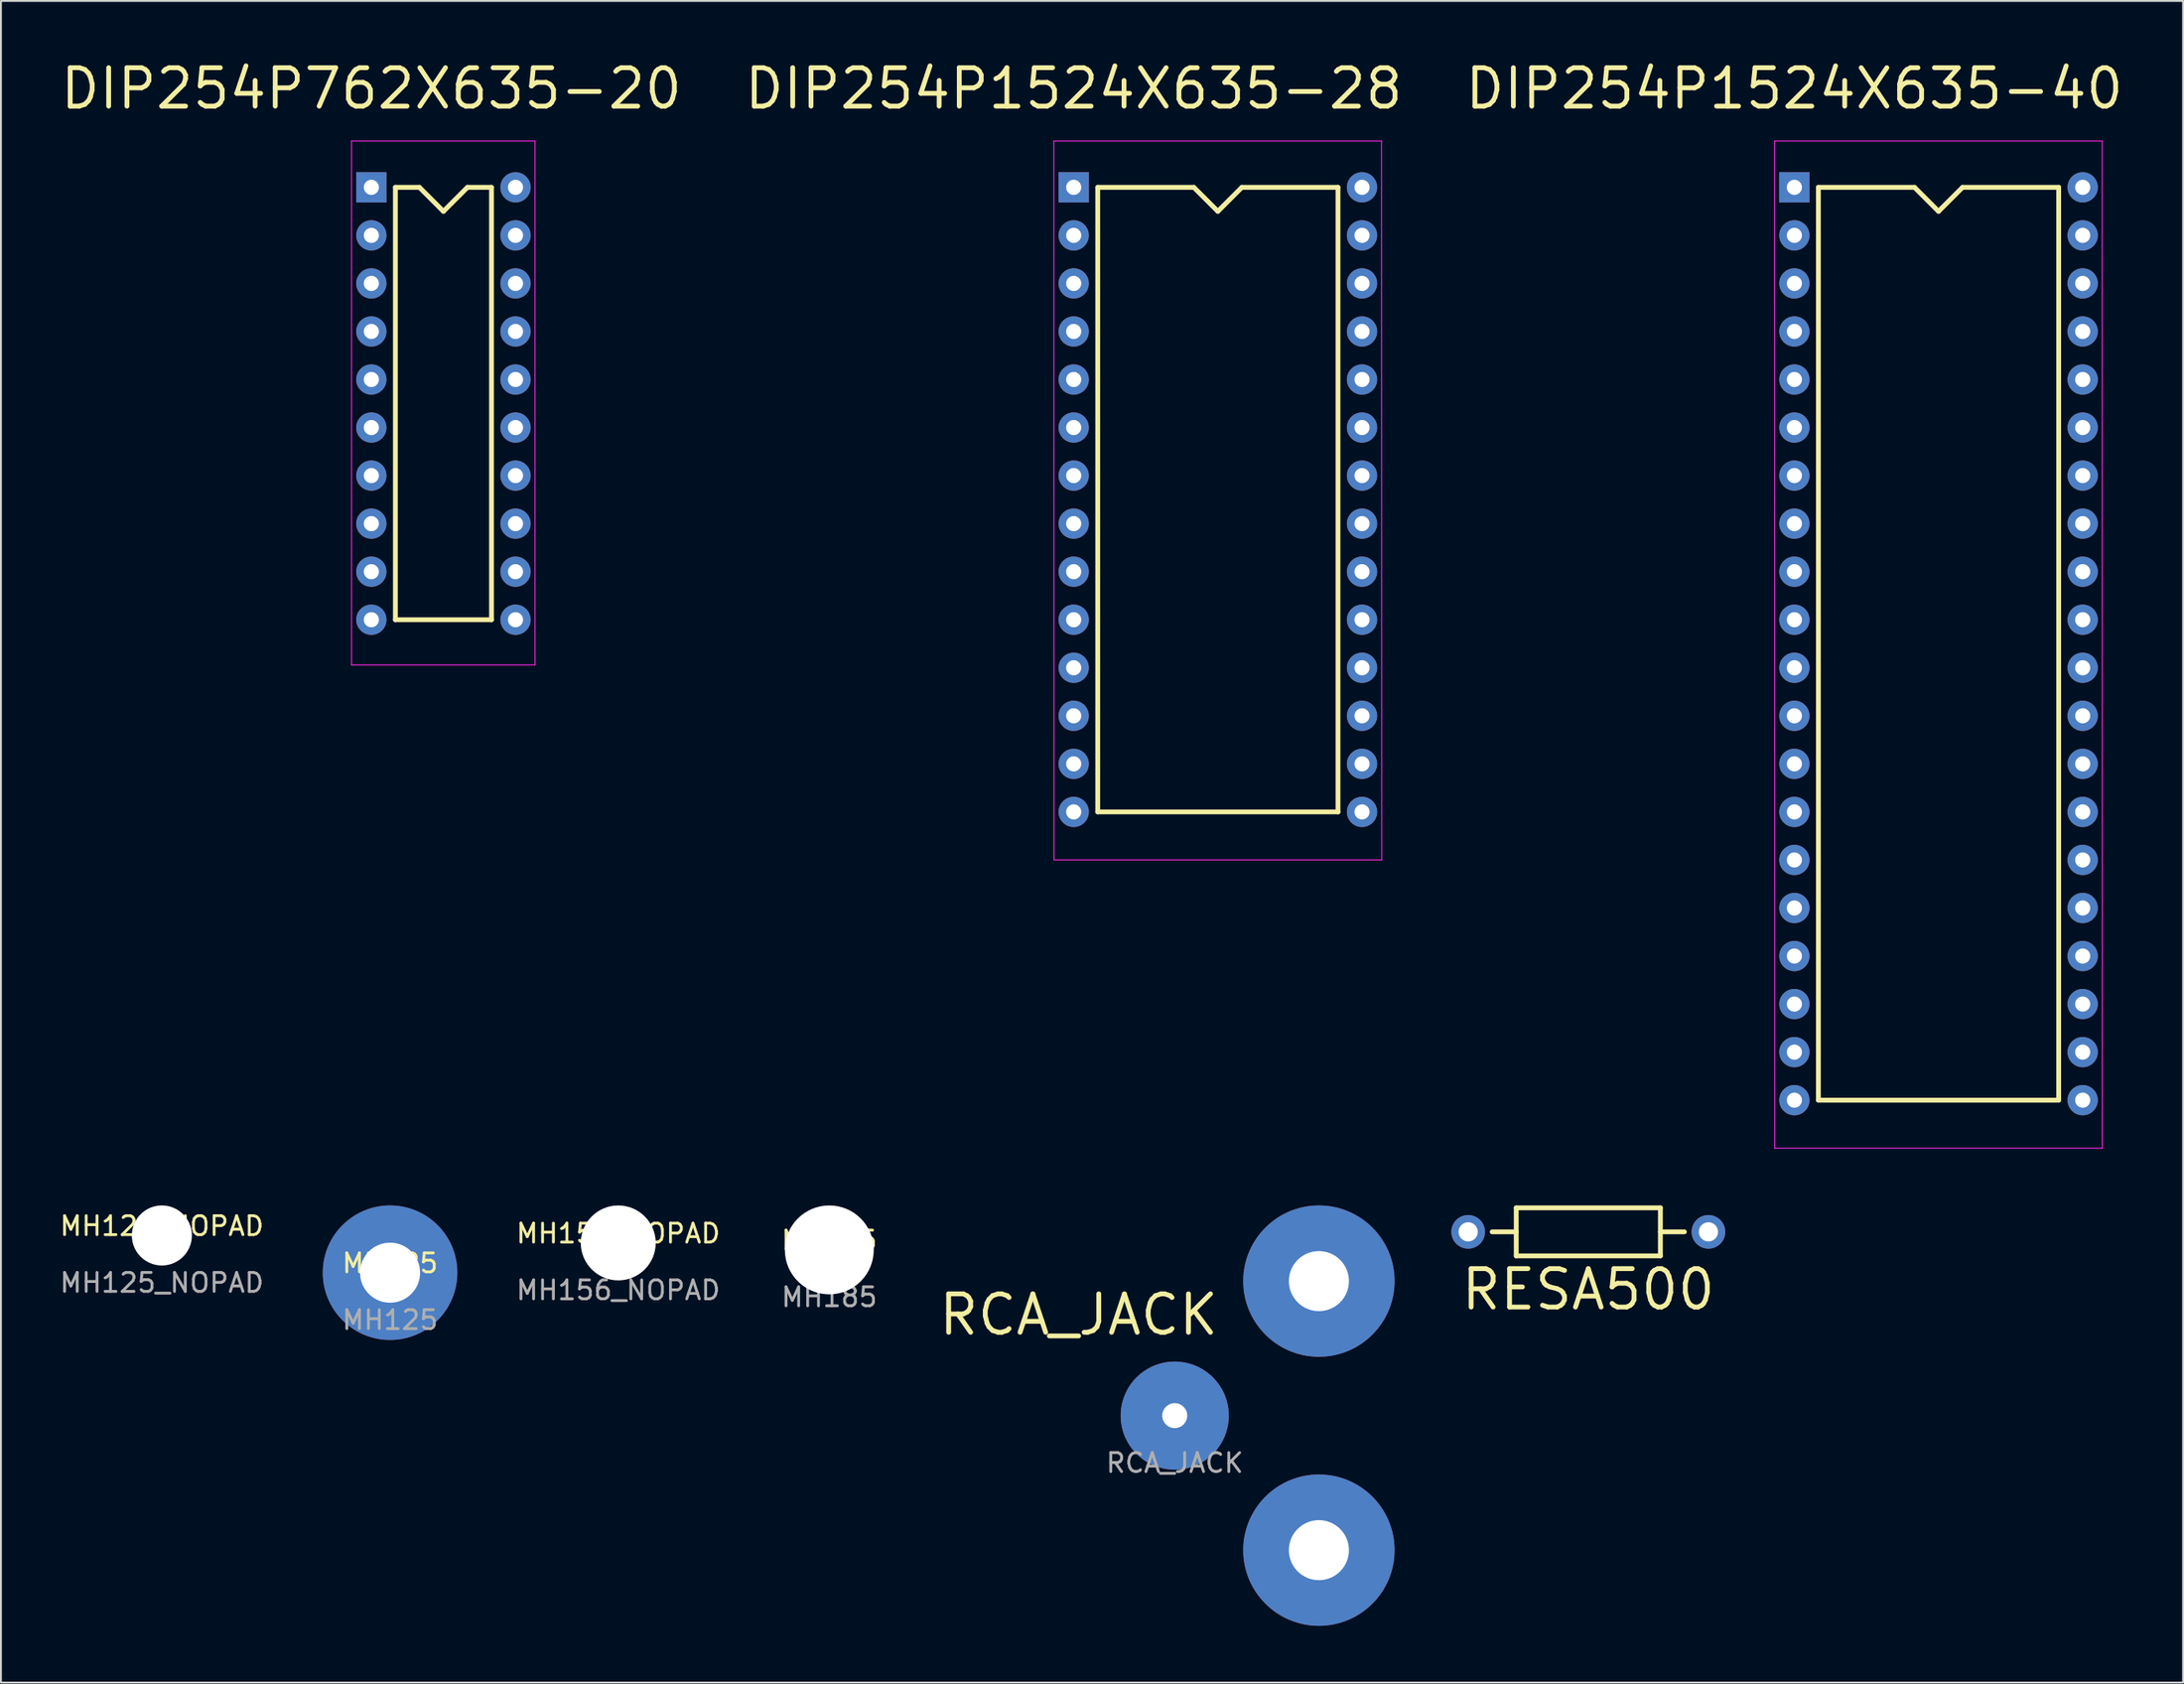
<source format=kicad_pcb>
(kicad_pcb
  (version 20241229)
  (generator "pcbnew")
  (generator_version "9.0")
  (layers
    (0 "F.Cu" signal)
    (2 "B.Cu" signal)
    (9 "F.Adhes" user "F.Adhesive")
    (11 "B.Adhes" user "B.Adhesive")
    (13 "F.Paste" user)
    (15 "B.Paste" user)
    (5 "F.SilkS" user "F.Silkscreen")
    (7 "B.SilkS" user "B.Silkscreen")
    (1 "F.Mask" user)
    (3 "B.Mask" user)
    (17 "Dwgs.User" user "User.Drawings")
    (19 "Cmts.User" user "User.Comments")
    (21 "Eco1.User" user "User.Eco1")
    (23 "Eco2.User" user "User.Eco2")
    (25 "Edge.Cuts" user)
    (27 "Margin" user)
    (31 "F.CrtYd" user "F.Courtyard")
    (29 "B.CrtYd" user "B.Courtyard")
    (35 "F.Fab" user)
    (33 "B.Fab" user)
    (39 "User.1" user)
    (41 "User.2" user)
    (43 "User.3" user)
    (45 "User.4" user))
  (footprint "RCA_JACK"
    (layer "F.Cu")
    (at 59.045 71.792)
    (property "Reference" "RCA_JACK" (at -5.08 -5.334 0) (unlocked yes) (layer "F.SilkS") (effects (font (size 2.032 2.032) (thickness 0.254))))
    (attr through_hole)
    (fp_text user "${REFERENCE}" (at 0 2.5 0) (unlocked yes) (layer "F.Fab") (effects (font (size 1 1) (thickness 0.15))))
    (pad "1" thru_hole circle (at 0 0) (size 5.715 5.715) (drill 1.321) (layers "*.Cu" "*.Mask"))
    (pad "2" thru_hole circle (at 7.62 -7.112) (size 8.001 8.001) (drill 3.175) (layers "*.Cu" "*.Mask"))
    (pad "2" thru_hole circle (at 7.62 7.112) (size 8.001 8.001) (drill 3.175) (layers "*.Cu" "*.Mask")))
  (footprint "DIP254P762X635-20"
    (layer "F.Cu")
    (at 16.579 6.854)
    (property "Reference" "DIP254P762X635-20" (at 0 -5.22 0) (unlocked yes) (layer "F.SilkS") (effects (font (size 2.032 2.032) (thickness 0.254))))
    (attr through_hole)
    (fp_line (start 1.27 0) (end 1.27 22.86) (stroke (width 0.254) (type solid)) (layer "F.SilkS"))
    (fp_line (start 1.27 0) (end 2.54 0) (stroke (width 0.254) (type default)) (layer "F.SilkS"))
    (fp_line (start 1.27 22.86) (end 6.35 22.86) (stroke (width 0.254) (type default)) (layer "F.SilkS"))
    (fp_line (start 2.54 0) (end 3.81 1.27) (stroke (width 0.254) (type default)) (layer "F.SilkS"))
    (fp_line (start 3.81 1.27) (end 5.08 0) (stroke (width 0.254) (type default)) (layer "F.SilkS"))
    (fp_line (start 5.08 0) (end 6.35 0) (stroke (width 0.254) (type default)) (layer "F.SilkS"))
    (fp_line (start 6.35 0) (end 6.35 22.86) (stroke (width 0.254) (type default)) (layer "F.SilkS"))
    (fp_line (start -1.05 -2.45) (end -1.05 25.25) (stroke (width 0.05) (type solid)) (layer "F.CrtYd"))
    (fp_line (start -1.05 -2.45) (end 8.65 -2.45) (stroke (width 0.05) (type solid)) (layer "F.CrtYd"))
    (fp_line (start -1.05 25.25) (end 8.65 25.25) (stroke (width 0.05) (type solid)) (layer "F.CrtYd"))
    (fp_line (start 8.65 -2.45) (end 8.65 25.25) (stroke (width 0.05) (type solid)) (layer "F.CrtYd"))
    (pad "1" thru_hole rect (at 0 0) (size 1.6 1.6) (drill 0.8) (layers "*.Cu" "*.Mask"))
    (pad "2" thru_hole oval (at 0 2.54) (size 1.6 1.6) (drill 0.8) (layers "*.Cu" "*.Mask"))
    (pad "3" thru_hole oval (at 0 5.08) (size 1.6 1.6) (drill 0.8) (layers "*.Cu" "*.Mask"))
    (pad "4" thru_hole oval (at 0 7.62) (size 1.6 1.6) (drill 0.8) (layers "*.Cu" "*.Mask"))
    (pad "5" thru_hole oval (at 0 10.16) (size 1.6 1.6) (drill 0.8) (layers "*.Cu" "*.Mask"))
    (pad "6" thru_hole oval (at 0 12.7) (size 1.6 1.6) (drill 0.8) (layers "*.Cu" "*.Mask"))
    (pad "7" thru_hole oval (at 0 15.24) (size 1.6 1.6) (drill 0.8) (layers "*.Cu" "*.Mask"))
    (pad "8" thru_hole oval (at 0 17.78) (size 1.6 1.6) (drill 0.8) (layers "*.Cu" "*.Mask"))
    (pad "9" thru_hole oval (at 0 20.32) (size 1.6 1.6) (drill 0.8) (layers "*.Cu" "*.Mask"))
    (pad "10" thru_hole oval (at 0 22.86) (size 1.6 1.6) (drill 0.8) (layers "*.Cu" "*.Mask"))
    (pad "11" thru_hole oval (at 7.62 22.86) (size 1.6 1.6) (drill 0.8) (layers "*.Cu" "*.Mask"))
    (pad "12" thru_hole oval (at 7.62 20.32) (size 1.6 1.6) (drill 0.8) (layers "*.Cu" "*.Mask"))
    (pad "13" thru_hole oval (at 7.62 17.78) (size 1.6 1.6) (drill 0.8) (layers "*.Cu" "*.Mask"))
    (pad "14" thru_hole oval (at 7.62 15.24) (size 1.6 1.6) (drill 0.8) (layers "*.Cu" "*.Mask"))
    (pad "15" thru_hole oval (at 7.62 12.7) (size 1.6 1.6) (drill 0.8) (layers "*.Cu" "*.Mask"))
    (pad "16" thru_hole oval (at 7.62 10.16) (size 1.6 1.6) (drill 0.8) (layers "*.Cu" "*.Mask"))
    (pad "17" thru_hole oval (at 7.62 7.62) (size 1.6 1.6) (drill 0.8) (layers "*.Cu" "*.Mask"))
    (pad "18" thru_hole oval (at 7.62 5.08) (size 1.6 1.6) (drill 0.8) (layers "*.Cu" "*.Mask"))
    (pad "19" thru_hole oval (at 7.62 2.54) (size 1.6 1.6) (drill 0.8) (layers "*.Cu" "*.Mask"))
    (pad "20" thru_hole oval (at 7.62 0) (size 1.6 1.6) (drill 0.8) (layers "*.Cu" "*.Mask")))
  (footprint "MH125_NOPAD"
    (layer "F.Cu")
    (at 5.506 62.267)
    (property "Reference" "MH125_NOPAD" (at 0 -0.5 0) (unlocked yes) (layer "F.SilkS") (effects (font (size 1 1) (thickness 0.15))))
    (attr through_hole)
    (fp_text user "${REFERENCE}" (at 0 2.5 0) (unlocked yes) (layer "F.Fab") (effects (font (size 1 1) (thickness 0.15))))
    (pad "" np_thru_hole circle (at 0 0) (size 3.175 3.175) (drill 3.175) (layers "*.Cu" "*.Mask")))
  (footprint "MH156_NOPAD"
    (layer "F.Cu")
    (at 29.63 62.661)
    (property "Reference" "MH156_NOPAD" (at 0 -0.5 0) (unlocked yes) (layer "F.SilkS") (effects (font (size 1 1) (thickness 0.15))))
    (attr through_hole)
    (fp_text user "${REFERENCE}" (at 0 2.5 0) (unlocked yes) (layer "F.Fab") (effects (font (size 1 1) (thickness 0.15))))
    (pad "" np_thru_hole circle (at 0 0) (size 3.962 3.962) (drill 3.962) (layers "*.Cu" "*.Mask")))
  (footprint "MH185"
    (layer "F.Cu")
    (at 40.785 63.029)
    (property "Reference" "MH185" (at 0 -0.5 0) (unlocked yes) (layer "F.SilkS") (effects (font (size 1 1) (thickness 0.15))))
    (attr through_hole)
    (fp_text user "${REFERENCE}" (at 0 2.5 0) (unlocked yes) (layer "F.Fab") (effects (font (size 1 1) (thickness 0.15))))
    (pad "" np_thru_hole circle (at 0 0) (size 4.699 4.699) (drill 4.699) (layers "*.Cu" "*.Mask")))
  (footprint "MH125"
    (layer "F.Cu")
    (at 17.568 64.235)
    (property "Reference" "MH125" (at 0 -0.5 0) (unlocked yes) (layer "F.SilkS") (effects (font (size 1 1) (thickness 0.15))))
    (attr through_hole)
    (fp_text user "${REFERENCE}" (at 0 2.5 0) (unlocked yes) (layer "F.Fab") (effects (font (size 1 1) (thickness 0.15))))
    (pad "1" thru_hole circle (at 0 0) (size 7.112 7.112) (drill 3.175) (layers "*.Cu" "*.Mask")))
  (footprint "DIP254P1524X635-28"
    (layer "F.Cu")
    (at 53.704 6.854)
    (property "Reference" "DIP254P1524X635-28" (at 0 -5.22 0) (unlocked yes) (layer "F.SilkS") (effects (font (size 2.032 2.032) (thickness 0.254))))
    (attr through_hole)
    (fp_line (start 1.27 0) (end 1.27 33.02) (stroke (width 0.254) (type solid)) (layer "F.SilkS"))
    (fp_line (start 1.27 0) (end 6.35 0) (stroke (width 0.254) (type default)) (layer "F.SilkS"))
    (fp_line (start 1.27 33.02) (end 13.97 33.02) (stroke (width 0.254) (type default)) (layer "F.SilkS"))
    (fp_line (start 6.35 0) (end 7.62 1.27) (stroke (width 0.254) (type default)) (layer "F.SilkS"))
    (fp_line (start 7.62 1.27) (end 8.89 0) (stroke (width 0.254) (type default)) (layer "F.SilkS"))
    (fp_line (start 8.89 0) (end 13.97 0) (stroke (width 0.254) (type default)) (layer "F.SilkS"))
    (fp_line (start 13.97 0) (end 13.97 33.02) (stroke (width 0.254) (type default)) (layer "F.SilkS"))
    (fp_line (start -1.05 -2.45) (end -1.04 35.56) (stroke (width 0.05) (type solid)) (layer "F.CrtYd"))
    (fp_line (start -1.05 -2.45) (end 16.27 -2.45) (stroke (width 0.05) (type solid)) (layer "F.CrtYd"))
    (fp_line (start -1.04 35.56) (end 16.28 35.56) (stroke (width 0.05) (type solid)) (layer "F.CrtYd"))
    (fp_line (start 16.27 -2.45) (end 16.28 35.56) (stroke (width 0.05) (type solid)) (layer "F.CrtYd"))
    (pad "1" thru_hole rect (at 0 0) (size 1.6 1.6) (drill 0.8) (layers "*.Cu" "*.Mask"))
    (pad "2" thru_hole oval (at 0 2.54) (size 1.6 1.6) (drill 0.8) (layers "*.Cu" "*.Mask"))
    (pad "3" thru_hole oval (at 0 5.08) (size 1.6 1.6) (drill 0.8) (layers "*.Cu" "*.Mask"))
    (pad "4" thru_hole oval (at 0 7.62) (size 1.6 1.6) (drill 0.8) (layers "*.Cu" "*.Mask"))
    (pad "5" thru_hole oval (at 0 10.16) (size 1.6 1.6) (drill 0.8) (layers "*.Cu" "*.Mask"))
    (pad "6" thru_hole oval (at 0 12.7) (size 1.6 1.6) (drill 0.8) (layers "*.Cu" "*.Mask"))
    (pad "7" thru_hole oval (at 0 15.24) (size 1.6 1.6) (drill 0.8) (layers "*.Cu" "*.Mask"))
    (pad "8" thru_hole oval (at 0 17.78) (size 1.6 1.6) (drill 0.8) (layers "*.Cu" "*.Mask"))
    (pad "9" thru_hole oval (at 0 20.32) (size 1.6 1.6) (drill 0.8) (layers "*.Cu" "*.Mask"))
    (pad "10" thru_hole oval (at 0 22.86) (size 1.6 1.6) (drill 0.8) (layers "*.Cu" "*.Mask"))
    (pad "11" thru_hole oval (at 0 25.4) (size 1.6 1.6) (drill 0.8) (layers "*.Cu" "*.Mask"))
    (pad "12" thru_hole oval (at 0 27.94) (size 1.6 1.6) (drill 0.8) (layers "*.Cu" "*.Mask"))
    (pad "13" thru_hole oval (at 0 30.48) (size 1.6 1.6) (drill 0.8) (layers "*.Cu" "*.Mask"))
    (pad "14" thru_hole oval (at 0 33.02) (size 1.6 1.6) (drill 0.8) (layers "*.Cu" "*.Mask"))
    (pad "15" thru_hole oval (at 15.24 33.02 180) (size 1.6 1.6) (drill 0.8) (layers "*.Cu" "*.Mask"))
    (pad "16" thru_hole oval (at 15.24 30.48 180) (size 1.6 1.6) (drill 0.8) (layers "*.Cu" "*.Mask"))
    (pad "17" thru_hole oval (at 15.24 27.94 180) (size 1.6 1.6) (drill 0.8) (layers "*.Cu" "*.Mask"))
    (pad "18" thru_hole oval (at 15.24 25.4 180) (size 1.6 1.6) (drill 0.8) (layers "*.Cu" "*.Mask"))
    (pad "19" thru_hole oval (at 15.24 22.86 180) (size 1.6 1.6) (drill 0.8) (layers "*.Cu" "*.Mask"))
    (pad "20" thru_hole oval (at 15.24 20.32 180) (size 1.6 1.6) (drill 0.8) (layers "*.Cu" "*.Mask"))
    (pad "21" thru_hole oval (at 15.24 17.78) (size 1.6 1.6) (drill 0.8) (layers "*.Cu" "*.Mask"))
    (pad "22" thru_hole oval (at 15.24 15.24) (size 1.6 1.6) (drill 0.8) (layers "*.Cu" "*.Mask"))
    (pad "23" thru_hole oval (at 15.24 12.7) (size 1.6 1.6) (drill 0.8) (layers "*.Cu" "*.Mask"))
    (pad "24" thru_hole oval (at 15.24 10.16) (size 1.6 1.6) (drill 0.8) (layers "*.Cu" "*.Mask"))
    (pad "25" thru_hole oval (at 15.24 7.62) (size 1.6 1.6) (drill 0.8) (layers "*.Cu" "*.Mask"))
    (pad "26" thru_hole oval (at 15.24 5.08) (size 1.6 1.6) (drill 0.8) (layers "*.Cu" "*.Mask"))
    (pad "27" thru_hole oval (at 15.24 2.54) (size 1.6 1.6) (drill 0.8) (layers "*.Cu" "*.Mask"))
    (pad "28" thru_hole oval (at 15.24 0) (size 1.6 1.6) (drill 0.8) (layers "*.Cu" "*.Mask")))
  (footprint "DIP254P1524X635-40"
    (layer "F.Cu")
    (at 91.798 6.854)
    (property "Reference" "DIP254P1524X635-40" (at 0 -5.22 0) (unlocked yes) (layer "F.SilkS") (effects (font (size 2.032 2.032) (thickness 0.254))))
    (attr through_hole)
    (fp_line (start 1.27 0) (end 1.27 48.26) (stroke (width 0.254) (type solid)) (layer "F.SilkS"))
    (fp_line (start 1.27 0) (end 6.35 0) (stroke (width 0.254) (type default)) (layer "F.SilkS"))
    (fp_line (start 1.27 48.26) (end 13.97 48.26) (stroke (width 0.254) (type default)) (layer "F.SilkS"))
    (fp_line (start 6.35 0) (end 7.62 1.27) (stroke (width 0.254) (type default)) (layer "F.SilkS"))
    (fp_line (start 7.62 1.27) (end 8.89 0) (stroke (width 0.254) (type default)) (layer "F.SilkS"))
    (fp_line (start 8.89 0) (end 13.97 0) (stroke (width 0.254) (type default)) (layer "F.SilkS"))
    (fp_line (start 13.97 0) (end 13.97 48.26) (stroke (width 0.254) (type default)) (layer "F.SilkS"))
    (fp_line (start -1.05 -2.45) (end -1.04 50.8) (stroke (width 0.05) (type solid)) (layer "F.CrtYd"))
    (fp_line (start -1.05 -2.45) (end 16.27 -2.45) (stroke (width 0.05) (type solid)) (layer "F.CrtYd"))
    (fp_line (start -1.04 50.8) (end 16.28 50.8) (stroke (width 0.05) (type solid)) (layer "F.CrtYd"))
    (fp_line (start 16.27 -2.45) (end 16.28 50.8) (stroke (width 0.05) (type solid)) (layer "F.CrtYd"))
    (pad "1" thru_hole rect (at 0 0) (size 1.6 1.6) (drill 0.8) (layers "*.Cu" "*.Mask"))
    (pad "2" thru_hole oval (at 0 2.54) (size 1.6 1.6) (drill 0.8) (layers "*.Cu" "*.Mask"))
    (pad "3" thru_hole oval (at 0 5.08) (size 1.6 1.6) (drill 0.8) (layers "*.Cu" "*.Mask"))
    (pad "4" thru_hole oval (at 0 7.62) (size 1.6 1.6) (drill 0.8) (layers "*.Cu" "*.Mask"))
    (pad "5" thru_hole oval (at 0 10.16) (size 1.6 1.6) (drill 0.8) (layers "*.Cu" "*.Mask"))
    (pad "6" thru_hole oval (at 0 12.7) (size 1.6 1.6) (drill 0.8) (layers "*.Cu" "*.Mask"))
    (pad "7" thru_hole oval (at 0 15.24) (size 1.6 1.6) (drill 0.8) (layers "*.Cu" "*.Mask"))
    (pad "8" thru_hole oval (at 0 17.78) (size 1.6 1.6) (drill 0.8) (layers "*.Cu" "*.Mask"))
    (pad "9" thru_hole oval (at 0 20.32) (size 1.6 1.6) (drill 0.8) (layers "*.Cu" "*.Mask"))
    (pad "10" thru_hole oval (at 0 22.86) (size 1.6 1.6) (drill 0.8) (layers "*.Cu" "*.Mask"))
    (pad "11" thru_hole oval (at 0 25.4) (size 1.6 1.6) (drill 0.8) (layers "*.Cu" "*.Mask"))
    (pad "12" thru_hole oval (at 0 27.94) (size 1.6 1.6) (drill 0.8) (layers "*.Cu" "*.Mask"))
    (pad "13" thru_hole oval (at 0 30.48) (size 1.6 1.6) (drill 0.8) (layers "*.Cu" "*.Mask"))
    (pad "14" thru_hole oval (at 0 33.02) (size 1.6 1.6) (drill 0.8) (layers "*.Cu" "*.Mask"))
    (pad "15" thru_hole oval (at 0 35.56) (size 1.6 1.6) (drill 0.8) (layers "*.Cu" "*.Mask"))
    (pad "16" thru_hole oval (at 0 38.1) (size 1.6 1.6) (drill 0.8) (layers "*.Cu" "*.Mask"))
    (pad "17" thru_hole oval (at 0 40.64) (size 1.6 1.6) (drill 0.8) (layers "*.Cu" "*.Mask"))
    (pad "18" thru_hole oval (at 0 43.18) (size 1.6 1.6) (drill 0.8) (layers "*.Cu" "*.Mask"))
    (pad "19" thru_hole oval (at 0 45.72) (size 1.6 1.6) (drill 0.8) (layers "*.Cu" "*.Mask"))
    (pad "20" thru_hole oval (at 0 48.26) (size 1.6 1.6) (drill 0.8) (layers "*.Cu" "*.Mask"))
    (pad "21" thru_hole oval (at 15.24 48.26) (size 1.6 1.6) (drill 0.8) (layers "*.Cu" "*.Mask"))
    (pad "22" thru_hole oval (at 15.24 45.72) (size 1.6 1.6) (drill 0.8) (layers "*.Cu" "*.Mask"))
    (pad "23" thru_hole oval (at 15.24 43.18) (size 1.6 1.6) (drill 0.8) (layers "*.Cu" "*.Mask"))
    (pad "24" thru_hole oval (at 15.24 40.64) (size 1.6 1.6) (drill 0.8) (layers "*.Cu" "*.Mask"))
    (pad "25" thru_hole oval (at 15.24 38.1) (size 1.6 1.6) (drill 0.8) (layers "*.Cu" "*.Mask"))
    (pad "26" thru_hole oval (at 15.24 35.56) (size 1.6 1.6) (drill 0.8) (layers "*.Cu" "*.Mask"))
    (pad "27" thru_hole oval (at 15.24 33.02) (size 1.6 1.6) (drill 0.8) (layers "*.Cu" "*.Mask"))
    (pad "28" thru_hole oval (at 15.24 30.48) (size 1.6 1.6) (drill 0.8) (layers "*.Cu" "*.Mask"))
    (pad "29" thru_hole oval (at 15.24 27.94) (size 1.6 1.6) (drill 0.8) (layers "*.Cu" "*.Mask"))
    (pad "30" thru_hole oval (at 15.24 25.4) (size 1.6 1.6) (drill 0.8) (layers "*.Cu" "*.Mask"))
    (pad "31" thru_hole oval (at 15.24 22.86) (size 1.6 1.6) (drill 0.8) (layers "*.Cu" "*.Mask"))
    (pad "32" thru_hole oval (at 15.24 20.32) (size 1.6 1.6) (drill 0.8) (layers "*.Cu" "*.Mask"))
    (pad "33" thru_hole oval (at 15.24 17.78) (size 1.6 1.6) (drill 0.8) (layers "*.Cu" "*.Mask"))
    (pad "34" thru_hole oval (at 15.24 15.24) (size 1.6 1.6) (drill 0.8) (layers "*.Cu" "*.Mask"))
    (pad "35" thru_hole oval (at 15.24 12.7) (size 1.6 1.6) (drill 0.8) (layers "*.Cu" "*.Mask"))
    (pad "36" thru_hole oval (at 15.24 10.16) (size 1.6 1.6) (drill 0.8) (layers "*.Cu" "*.Mask"))
    (pad "37" thru_hole oval (at 15.24 7.62) (size 1.6 1.6) (drill 0.8) (layers "*.Cu" "*.Mask"))
    (pad "38" thru_hole oval (at 15.24 5.08) (size 1.6 1.6) (drill 0.8) (layers "*.Cu" "*.Mask"))
    (pad "39" thru_hole oval (at 15.24 2.54) (size 1.6 1.6) (drill 0.8) (layers "*.Cu" "*.Mask"))
    (pad "40" thru_hole oval (at 15.24 0) (size 1.6 1.6) (drill 0.8) (layers "*.Cu" "*.Mask")))
  (footprint "RESA500"
    (layer "F.Cu")
    (at 80.905 62.076)
    (property "Reference" "RESA500" (at 0 3.048 0) (layer "F.SilkS") (effects (font (size 2.032 2.032) (thickness 0.254))))
    (attr through_hole)
    (fp_line (start -3.81 -1.27) (end -3.81 1.27) (stroke (width 0.254) (type solid)) (layer "F.SilkS"))
    (fp_line (start -3.81 0) (end -5.08 0) (stroke (width 0.254) (type solid)) (layer "F.SilkS"))
    (fp_line (start -3.81 1.27) (end 3.81 1.27) (stroke (width 0.254) (type solid)) (layer "F.SilkS"))
    (fp_line (start 3.81 -1.27) (end -3.81 -1.27) (stroke (width 0.254) (type solid)) (layer "F.SilkS"))
    (fp_line (start 3.81 1.27) (end 3.81 -1.27) (stroke (width 0.254) (type solid)) (layer "F.SilkS"))
    (fp_line (start 5.08 0) (end 3.81 0) (stroke (width 0.254) (type solid)) (layer "F.SilkS"))
    (pad "1" thru_hole circle (at 6.35 0) (size 1.778 1.778) (drill 1.016) (layers "*.Cu" "*.Mask"))
    (pad "2" thru_hole circle (at -6.35 0) (size 1.778 1.778) (drill 1.016) (layers "*.Cu" "*.Mask")))
  (gr_rect
    (start -3 -3)
    (end 112.344 85.904)
    (stroke (width 0.1) (type default))
    (fill no)
    (layer "Edge.Cuts")))
</source>
